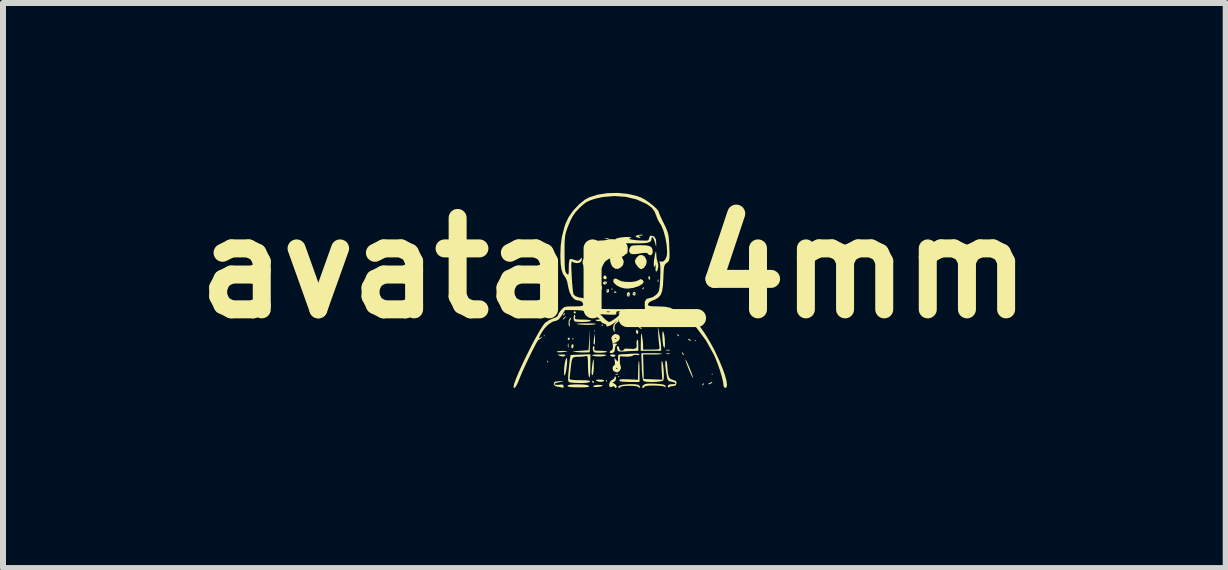
<source format=kicad_pcb>
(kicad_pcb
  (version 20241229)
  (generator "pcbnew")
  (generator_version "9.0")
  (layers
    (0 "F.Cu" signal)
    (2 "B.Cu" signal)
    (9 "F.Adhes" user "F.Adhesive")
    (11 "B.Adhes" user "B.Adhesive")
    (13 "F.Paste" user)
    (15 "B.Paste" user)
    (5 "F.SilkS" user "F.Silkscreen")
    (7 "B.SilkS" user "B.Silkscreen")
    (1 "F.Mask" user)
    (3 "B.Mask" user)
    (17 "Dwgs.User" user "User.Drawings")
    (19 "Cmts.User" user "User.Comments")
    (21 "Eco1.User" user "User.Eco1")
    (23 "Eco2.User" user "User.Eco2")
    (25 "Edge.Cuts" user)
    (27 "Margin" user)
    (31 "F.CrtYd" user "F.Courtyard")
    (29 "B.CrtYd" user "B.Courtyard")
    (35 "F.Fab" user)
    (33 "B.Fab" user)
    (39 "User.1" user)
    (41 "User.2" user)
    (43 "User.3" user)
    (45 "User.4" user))
  (footprint "avatar_4mm"
    (layer "F.Cu")
    (at 7.192 1.418)
    (property "Reference" "avatar_4mm" (at 0 0 0) (layer "F.SilkS") (effects (font (size 1.524 1.524) (thickness 0.3))))
    (attr board_only exclude_from_pos_files exclude_from_bom)
    (fp_poly (pts (xy -0.029 1.256) (xy -0.03 1.256) (xy -0.029 1.256)) (stroke (width 0) (type solid)) (fill yes) (layer "F.SilkS"))
    (fp_poly (pts (xy -1.16 1.13) (xy -1.17 1.14) (xy -1.18 1.13) (xy -1.17 1.12)) (stroke (width 0) (type solid)) (fill yes) (layer "F.SilkS"))
    (fp_poly (pts (xy -0.32 1.05) (xy -0.33 1.06) (xy -0.34 1.05) (xy -0.33 1.04)) (stroke (width 0) (type solid)) (fill yes) (layer "F.SilkS"))
    (fp_poly (pts (xy 0.08 1.81) (xy 0.07 1.82) (xy 0.06 1.81) (xy 0.07 1.8)) (stroke (width 0) (type solid)) (fill yes) (layer "F.SilkS"))
    (fp_poly (pts (xy 0.3 0.89) (xy 0.29 0.9) (xy 0.28 0.89) (xy 0.29 0.88)) (stroke (width 0) (type solid)) (fill yes) (layer "F.SilkS"))
    (fp_poly (pts (xy 0.72 0.85) (xy 0.71 0.86) (xy 0.7 0.85) (xy 0.71 0.84)) (stroke (width 0) (type solid)) (fill yes) (layer "F.SilkS"))
    (fp_poly (pts (xy 0.84 0.79) (xy 0.83 0.8) (xy 0.82 0.79) (xy 0.83 0.78)) (stroke (width 0) (type solid)) (fill yes) (layer "F.SilkS"))
    (fp_poly (pts (xy 1.36 1.21) (xy 1.35 1.22) (xy 1.34 1.21) (xy 1.35 1.2)) (stroke (width 0) (type solid)) (fill yes) (layer "F.SilkS"))
    (fp_poly (pts (xy 1.64 1.77) (xy 1.63 1.78) (xy 1.62 1.77) (xy 1.63 1.76)) (stroke (width 0) (type solid)) (fill yes) (layer "F.SilkS"))
    (fp_poly (pts (xy -1.107 1.547) (xy -1.104 1.57) (xy -1.107 1.573) (xy -1.119 1.571) (xy -1.12 1.56) (xy -1.113 1.544)) (stroke (width 0) (type solid)) (fill yes) (layer "F.SilkS"))
    (fp_poly (pts (xy -0.687 1.167) (xy -0.684 1.19) (xy -0.687 1.193) (xy -0.699 1.191) (xy -0.7 1.18) (xy -0.693 1.164)) (stroke (width 0) (type solid)) (fill yes) (layer "F.SilkS"))
    (fp_poly (pts (xy -0.386 0.796) (xy -0.384 0.828) (xy -0.388 0.835) (xy -0.397 0.829) (xy -0.398 0.808) (xy -0.394 0.787)) (stroke (width 0) (type solid)) (fill yes) (layer "F.SilkS"))
    (fp_poly (pts (xy -0.187 0.947) (xy -0.189 0.959) (xy -0.2 0.96) (xy -0.216 0.953) (xy -0.213 0.947) (xy -0.19 0.944)) (stroke (width 0) (type solid)) (fill yes) (layer "F.SilkS"))
    (fp_poly (pts (xy -0.127 1.867) (xy -0.124 1.89) (xy -0.127 1.893) (xy -0.139 1.891) (xy -0.14 1.88) (xy -0.133 1.864)) (stroke (width 0) (type solid)) (fill yes) (layer "F.SilkS"))
    (fp_poly (pts (xy -0.027 0.347) (xy -0.029 0.359) (xy -0.04 0.36) (xy -0.056 0.353) (xy -0.053 0.347) (xy -0.03 0.344)) (stroke (width 0) (type solid)) (fill yes) (layer "F.SilkS"))
    (fp_poly (pts (xy 0.065 1.767) (xy 0.068 1.774) (xy 0.04 1.777) (xy 0.012 1.774) (xy 0.015 1.767) (xy 0.056 1.764)) (stroke (width 0) (type solid)) (fill yes) (layer "F.SilkS"))
    (fp_poly (pts (xy 0.165 0.927) (xy 0.168 0.934) (xy 0.14 0.937) (xy 0.112 0.934) (xy 0.115 0.927) (xy 0.156 0.924)) (stroke (width 0) (type solid)) (fill yes) (layer "F.SilkS"))
    (fp_poly (pts (xy 0.734 0.196) (xy 0.736 0.228) (xy 0.732 0.235) (xy 0.723 0.229) (xy 0.722 0.208) (xy 0.726 0.187)) (stroke (width 0) (type solid)) (fill yes) (layer "F.SilkS"))
    (fp_poly (pts (xy -0.826 0.771) (xy -0.838 0.785) (xy -0.854 0.798) (xy -0.85 0.778) (xy -0.849 0.774) (xy -0.833 0.75) (xy -0.824 0.749)) (stroke (width 0) (type solid)) (fill yes) (layer "F.SilkS"))
    (fp_poly (pts (xy 0.021 0.391) (xy 0.039 0.407) (xy 0.018 0.413) (xy 0.011 0.413) (xy -0.009 0.405) (xy -0.008 0.396) (xy 0.015 0.388)) (stroke (width 0) (type solid)) (fill yes) (layer "F.SilkS"))
    (fp_poly (pts (xy 0.446 0.995) (xy 0.45 1) (xy 0.457 1.018) (xy 0.438 1.011) (xy 0.42 1) (xy 0.405 0.984) (xy 0.414 0.98)) (stroke (width 0) (type solid)) (fill yes) (layer "F.SilkS"))
    (fp_poly (pts (xy 0.589 0.139) (xy 0.595 0.16) (xy 0.593 0.195) (xy 0.579 0.192) (xy 0.569 0.178) (xy 0.568 0.146) (xy 0.574 0.138)) (stroke (width 0) (type solid)) (fill yes) (layer "F.SilkS"))
    (fp_poly (pts (xy 0.837 0.728) (xy 0.858 0.748) (xy 0.854 0.76) (xy 0.851 0.76) (xy 0.834 0.746) (xy 0.828 0.737) (xy 0.826 0.723)) (stroke (width 0) (type solid)) (fill yes) (layer "F.SilkS"))
    (fp_poly (pts (xy 1.057 1.108) (xy 1.078 1.127) (xy 1.08 1.131) (xy 1.071 1.139) (xy 1.051 1.121) (xy 1.048 1.117) (xy 1.046 1.103)) (stroke (width 0) (type solid)) (fill yes) (layer "F.SilkS"))
    (fp_poly (pts (xy 1.14 1.412) (xy 1.142 1.415) (xy 1.158 1.441) (xy 1.156 1.451) (xy 1.141 1.445) (xy 1.131 1.426) (xy 1.125 1.402)) (stroke (width 0) (type solid)) (fill yes) (layer "F.SilkS"))
    (fp_poly (pts (xy 1.266 1.195) (xy 1.27 1.2) (xy 1.277 1.218) (xy 1.258 1.211) (xy 1.24 1.2) (xy 1.225 1.184) (xy 1.234 1.18)) (stroke (width 0) (type solid)) (fill yes) (layer "F.SilkS"))
    (fp_poly (pts (xy -0.806 0.811) (xy -0.817 0.825) (xy -0.847 0.856) (xy -0.86 0.856) (xy -0.86 0.852) (xy -0.846 0.836) (xy -0.825 0.817) (xy -0.801 0.8)) (stroke (width 0) (type solid)) (fill yes) (layer "F.SilkS"))
    (fp_poly (pts (xy -0.767 1.262) (xy -0.766 1.265) (xy -0.763 1.309) (xy -0.767 1.325) (xy -0.773 1.326) (xy -0.776 1.295) (xy -0.776 1.29) (xy -0.773 1.259)) (stroke (width 0) (type solid)) (fill yes) (layer "F.SilkS"))
    (fp_poly (pts (xy -0.741 1.175) (xy -0.74 1.18) (xy -0.755 1.199) (xy -0.76 1.2) (xy -0.779 1.185) (xy -0.78 1.18) (xy -0.765 1.161) (xy -0.76 1.16)) (stroke (width 0) (type solid)) (fill yes) (layer "F.SilkS"))
    (fp_poly (pts (xy -0.684 1.276) (xy -0.68 1.299) (xy -0.688 1.332) (xy -0.7 1.34) (xy -0.718 1.324) (xy -0.72 1.311) (xy -0.708 1.277) (xy -0.7 1.27)) (stroke (width 0) (type solid)) (fill yes) (layer "F.SilkS"))
    (fp_poly (pts (xy -0.641 0.735) (xy -0.64 0.74) (xy -0.655 0.759) (xy -0.66 0.76) (xy -0.679 0.745) (xy -0.68 0.74) (xy -0.665 0.721) (xy -0.66 0.72)) (stroke (width 0) (type solid)) (fill yes) (layer "F.SilkS"))
    (fp_poly (pts (xy -0.341 1.895) (xy -0.34 1.9) (xy -0.347 1.919) (xy -0.349 1.92) (xy -0.366 1.906) (xy -0.37 1.9) (xy -0.368 1.882) (xy -0.361 1.88)) (stroke (width 0) (type solid)) (fill yes) (layer "F.SilkS"))
    (fp_poly (pts (xy -0.264 0.231) (xy -0.27 0.26) (xy -0.299 0.279) (xy -0.327 0.264) (xy -0.329 0.262) (xy -0.325 0.237) (xy -0.312 0.221) (xy -0.281 0.212)) (stroke (width 0) (type solid)) (fill yes) (layer "F.SilkS"))
    (fp_poly (pts (xy -0.137 0.135) (xy -0.125 0.165) (xy -0.141 0.187) (xy -0.172 0.185) (xy -0.174 0.184) (xy -0.187 0.157) (xy -0.18 0.14) (xy -0.159 0.121)) (stroke (width 0) (type solid)) (fill yes) (layer "F.SilkS"))
    (fp_poly (pts (xy -0.095 -0.493) (xy -0.094 -0.487) (xy -0.125 -0.484) (xy -0.13 -0.484) (xy -0.161 -0.487) (xy -0.158 -0.493) (xy -0.155 -0.494) (xy -0.111 -0.497)) (stroke (width 0) (type solid)) (fill yes) (layer "F.SilkS"))
    (fp_poly (pts (xy 0.007 1.447) (xy 0.02 1.46) (xy 0.003 1.476) (xy -0.019 1.48) (xy -0.057 1.471) (xy -0.07 1.46) (xy -0.063 1.445) (xy -0.031 1.44)) (stroke (width 0) (type solid)) (fill yes) (layer "F.SilkS"))
    (fp_poly (pts (xy 0.398 1.059) (xy 0.4 1.071) (xy 0.389 1.097) (xy 0.38 1.1) (xy 0.364 1.083) (xy 0.36 1.059) (xy 0.368 1.031) (xy 0.38 1.03)) (stroke (width 0) (type solid)) (fill yes) (layer "F.SilkS"))
    (fp_poly (pts (xy 0.494 0.333) (xy 0.49 0.34) (xy 0.471 0.359) (xy 0.468 0.36) (xy 0.466 0.347) (xy 0.47 0.34) (xy 0.489 0.321) (xy 0.492 0.32)) (stroke (width 0) (type solid)) (fill yes) (layer "F.SilkS"))
    (fp_poly (pts (xy 0.925 1.367) (xy 0.926 1.373) (xy 0.895 1.376) (xy 0.89 1.376) (xy 0.859 1.373) (xy 0.862 1.367) (xy 0.865 1.366) (xy 0.909 1.363)) (stroke (width 0) (type solid)) (fill yes) (layer "F.SilkS"))
    (fp_poly (pts (xy 0.925 1.427) (xy 0.926 1.433) (xy 0.895 1.436) (xy 0.89 1.436) (xy 0.859 1.433) (xy 0.862 1.427) (xy 0.865 1.426) (xy 0.909 1.423)) (stroke (width 0) (type solid)) (fill yes) (layer "F.SilkS"))
    (fp_poly (pts (xy 1.494 1.933) (xy 1.49 1.94) (xy 1.471 1.959) (xy 1.468 1.96) (xy 1.466 1.947) (xy 1.47 1.94) (xy 1.489 1.921) (xy 1.492 1.92)) (stroke (width 0) (type solid)) (fill yes) (layer "F.SilkS"))
    (fp_poly (pts (xy 1.634 1.909) (xy 1.62 1.92) (xy 1.584 1.937) (xy 1.57 1.939) (xy 1.566 1.931) (xy 1.58 1.92) (xy 1.616 1.903) (xy 1.63 1.901)) (stroke (width 0) (type solid)) (fill yes) (layer "F.SilkS"))
    (fp_poly (pts (xy -0.323 1.185) (xy -0.323 1.251) (xy -0.33 1.279) (xy -0.343 1.268) (xy -0.345 1.265) (xy -0.346 1.237) (xy -0.341 1.187) (xy -0.339 1.17) (xy -0.326 1.09)) (stroke (width 0) (type solid)) (fill yes) (layer "F.SilkS"))
    (fp_poly (pts (xy 0.839 0.853) (xy 0.853 0.886) (xy 0.837 0.913) (xy 0.814 0.92) (xy 0.804 0.913) (xy 0.818 0.902) (xy 0.834 0.873) (xy 0.83 0.857) (xy 0.823 0.841)) (stroke (width 0) (type solid)) (fill yes) (layer "F.SilkS"))
    (fp_poly (pts (xy -0.191 1.864) (xy -0.169 1.875) (xy -0.17 1.88) (xy -0.2 1.897) (xy -0.249 1.897) (xy -0.296 1.883) (xy -0.3 1.88) (xy -0.309 1.868) (xy -0.283 1.862) (xy -0.244 1.86)) (stroke (width 0) (type solid)) (fill yes) (layer "F.SilkS"))
    (fp_poly (pts (xy -0.827 1.444) (xy -0.811 1.451) (xy -0.82 1.46) (xy -0.844 1.474) (xy -0.865 1.476) (xy -0.902 1.466) (xy -0.92 1.46) (xy -0.944 1.45) (xy -0.936 1.445) (xy -0.893 1.443) (xy -0.88 1.442)) (stroke (width 0) (type solid)) (fill yes) (layer "F.SilkS"))
    (fp_poly (pts (xy -0.798 1.385) (xy -0.78 1.389) (xy -0.803 1.395) (xy -0.865 1.403) (xy -0.885 1.405) (xy -0.933 1.406) (xy -0.959 1.399) (xy -0.96 1.396) (xy -0.942 1.387) (xy -0.896 1.383) (xy -0.855 1.382)) (stroke (width 0) (type solid)) (fill yes) (layer "F.SilkS"))
    (fp_poly (pts (xy -0.303 0.308) (xy -0.288 0.332) (xy -0.291 0.341) (xy -0.319 0.359) (xy -0.348 0.342) (xy -0.35 0.34) (xy -0.346 0.329) (xy -0.328 0.334) (xy -0.304 0.338) (xy -0.31 0.32) (xy -0.315 0.303)) (stroke (width 0) (type solid)) (fill yes) (layer "F.SilkS"))
    (fp_poly (pts (xy -0.21 1.951) (xy -0.192 1.96) (xy -0.211 1.971) (xy -0.262 1.981) (xy -0.28 1.983) (xy -0.332 1.984) (xy -0.354 1.974) (xy -0.354 1.971) (xy -0.331 1.957) (xy -0.283 1.949) (xy -0.264 1.948)) (stroke (width 0) (type solid)) (fill yes) (layer "F.SilkS"))
    (fp_poly (pts (xy -0.72 0.835) (xy -0.733 0.865) (xy -0.737 0.868) (xy -0.747 0.894) (xy -0.745 0.93) (xy -0.741 0.967) (xy -0.745 0.98) (xy -0.756 0.963) (xy -0.764 0.933) (xy -0.761 0.88) (xy -0.747 0.849) (xy -0.727 0.829)) (stroke (width 0) (type solid)) (fill yes) (layer "F.SilkS"))
    (fp_poly (pts (xy -0.41 1.405) (xy -0.48 1.408) (xy -0.546 1.408) (xy -0.623 1.403) (xy -0.64 1.401) (xy -0.681 1.396) (xy -0.692 1.392) (xy -0.671 1.388) (xy -0.613 1.383) (xy -0.58 1.381) (xy -0.43 1.37) (xy -0.407 1.03)) (stroke (width 0) (type solid)) (fill yes) (layer "F.SilkS"))
    (fp_poly (pts (xy -0.41 0.923) (xy -0.347 0.925) (xy -0.312 0.93) (xy -0.307 0.933) (xy -0.335 0.942) (xy -0.392 0.947) (xy -0.464 0.948) (xy -0.541 0.945) (xy -0.61 0.938) (xy -0.632 0.932) (xy -0.615 0.928) (xy -0.558 0.924) (xy -0.492 0.923)) (stroke (width 0) (type solid)) (fill yes) (layer "F.SilkS"))
    (fp_poly (pts (xy -0.246 1.441) (xy -0.175 1.443) (xy -0.14 1.448) (xy -0.139 1.458) (xy -0.144 1.461) (xy -0.181 1.471) (xy -0.238 1.475) (xy -0.299 1.473) (xy -0.349 1.466) (xy -0.373 1.455) (xy -0.36 1.448) (xy -0.316 1.442) (xy -0.25 1.441)) (stroke (width 0) (type solid)) (fill yes) (layer "F.SilkS"))
    (fp_poly (pts (xy -0.788 1.518) (xy -0.787 1.567) (xy -0.792 1.625) (xy -0.802 1.699) (xy -0.814 1.754) (xy -0.825 1.787) (xy -0.834 1.79) (xy -0.839 1.761) (xy -0.839 1.748) (xy -0.837 1.676) (xy -0.829 1.605) (xy -0.817 1.545) (xy -0.804 1.507) (xy -0.796 1.5)) (stroke (width 0) (type solid)) (fill yes) (layer "F.SilkS"))
    (fp_poly (pts (xy -0.438 0.284) (xy -0.437 0.29) (xy -0.453 0.313) (xy -0.459 0.316) (xy -0.477 0.307) (xy -0.48 0.29) (xy -0.46 0.29) (xy -0.45 0.3) (xy -0.44 0.29) (xy -0.45 0.28) (xy -0.46 0.29) (xy -0.48 0.29) (xy -0.47 0.265) (xy -0.459 0.264)) (stroke (width 0) (type solid)) (fill yes) (layer "F.SilkS"))
    (fp_poly (pts (xy -0.344 1.543) (xy -0.343 1.602) (xy -0.343 1.62) (xy -0.344 1.692) (xy -0.351 1.751) (xy -0.36 1.78) (xy -0.372 1.789) (xy -0.378 1.764) (xy -0.379 1.73) (xy -0.373 1.654) (xy -0.362 1.575) (xy -0.361 1.57) (xy -0.352 1.53) (xy -0.347 1.52)) (stroke (width 0) (type solid)) (fill yes) (layer "F.SilkS"))
    (fp_poly (pts (xy -0.216 0.3) (xy -0.204 0.325) (xy -0.212 0.355) (xy -0.23 0.36) (xy -0.255 0.346) (xy -0.256 0.33) (xy -0.24 0.33) (xy -0.23 0.34) (xy -0.22 0.33) (xy -0.23 0.32) (xy -0.24 0.33) (xy -0.256 0.33) (xy -0.256 0.329) (xy -0.239 0.298)) (stroke (width 0) (type solid)) (fill yes) (layer "F.SilkS"))
    (fp_poly (pts (xy 0.344 0.4) (xy 0.356 0.425) (xy 0.348 0.455) (xy 0.33 0.46) (xy 0.305 0.446) (xy 0.304 0.43) (xy 0.32 0.43) (xy 0.33 0.44) (xy 0.34 0.43) (xy 0.33 0.42) (xy 0.32 0.43) (xy 0.304 0.43) (xy 0.304 0.429) (xy 0.321 0.398)) (stroke (width 0) (type solid)) (fill yes) (layer "F.SilkS"))
    (fp_poly (pts (xy -0.46 0.35) (xy -0.449 0.373) (xy -0.464 0.396) (xy -0.48 0.4) (xy -0.506 0.386) (xy -0.509 0.381) (xy -0.509 0.37) (xy -0.48 0.37) (xy -0.47 0.38) (xy -0.46 0.37) (xy -0.47 0.36) (xy -0.48 0.37) (xy -0.509 0.37) (xy -0.508 0.358) (xy -0.484 0.345)) (stroke (width 0) (type solid)) (fill yes) (layer "F.SilkS"))
    (fp_poly (pts (xy -0.243 0.415) (xy -0.243 0.445) (xy -0.259 0.469) (xy -0.284 0.467) (xy -0.29 0.46) (xy -0.292 0.43) (xy -0.28 0.43) (xy -0.27 0.44) (xy -0.26 0.43) (xy -0.27 0.42) (xy -0.28 0.43) (xy -0.292 0.43) (xy -0.292 0.427) (xy -0.271 0.402) (xy -0.259 0.4)) (stroke (width 0) (type solid)) (fill yes) (layer "F.SilkS"))
    (fp_poly (pts (xy -0.123 0.242) (xy -0.129 0.259) (xy -0.158 0.279) (xy -0.188 0.263) (xy -0.19 0.26) (xy -0.188 0.25) (xy -0.16 0.25) (xy -0.15 0.26) (xy -0.14 0.25) (xy -0.15 0.24) (xy -0.16 0.25) (xy -0.188 0.25) (xy -0.186 0.237) (xy -0.17 0.227) (xy -0.134 0.223)) (stroke (width 0) (type solid)) (fill yes) (layer "F.SilkS"))
    (fp_poly (pts (xy -0.09 0.36) (xy -0.089 0.393) (xy -0.095 0.403) (xy -0.12 0.411) (xy -0.13 0.4) (xy -0.131 0.37) (xy -0.12 0.37) (xy -0.11 0.38) (xy -0.1 0.37) (xy -0.11 0.36) (xy -0.12 0.37) (xy -0.131 0.37) (xy -0.131 0.367) (xy -0.125 0.357) (xy -0.1 0.349)) (stroke (width 0) (type solid)) (fill yes) (layer "F.SilkS"))
    (fp_poly (pts (xy 0.256 0.417) (xy 0.26 0.44) (xy 0.249 0.474) (xy 0.226 0.477) (xy 0.21 0.46) (xy 0.209 0.45) (xy 0.22 0.45) (xy 0.23 0.46) (xy 0.24 0.45) (xy 0.23 0.44) (xy 0.22 0.45) (xy 0.209 0.45) (xy 0.208 0.427) (xy 0.229 0.402) (xy 0.241 0.4)) (stroke (width 0) (type solid)) (fill yes) (layer "F.SilkS"))
    (fp_poly (pts (xy -0.512 1.943) (xy -0.448 1.953) (xy -0.424 1.965) (xy -0.422 1.977) (xy -0.444 1.985) (xy -0.495 1.989) (xy -0.579 1.99) (xy -0.592 1.99) (xy -0.687 1.988) (xy -0.747 1.983) (xy -0.776 1.973) (xy -0.78 1.965) (xy -0.767 1.952) (xy -0.724 1.944) (xy -0.647 1.94) (xy -0.612 1.94)) (stroke (width 0) (type solid)) (fill yes) (layer "F.SilkS"))
    (fp_poly (pts (xy 0.474 -0.553) (xy 0.475 -0.552) (xy 0.467 -0.543) (xy 0.438 -0.54) (xy 0.407 -0.537) (xy 0.412 -0.525) (xy 0.42 -0.52) (xy 0.44 -0.504) (xy 0.425 -0.501) (xy 0.42 -0.501) (xy 0.376 -0.511) (xy 0.362 -0.518) (xy 0.353 -0.533) (xy 0.38 -0.545) (xy 0.399 -0.55) (xy 0.446 -0.556)) (stroke (width 0) (type solid)) (fill yes) (layer "F.SilkS"))
    (fp_poly (pts (xy 0.505 -0.191) (xy 0.533 -0.141) (xy 0.539 -0.098) (xy 0.526 -0.048) (xy 0.493 -0.003) (xy 0.452 0.019) (xy 0.445 0.02) (xy 0.419 0.006) (xy 0.384 -0.029) (xy 0.381 -0.033) (xy 0.348 -0.084) (xy 0.344 -0.124) (xy 0.368 -0.17) (xy 0.371 -0.176) (xy 0.415 -0.213) (xy 0.463 -0.217)) (stroke (width 0) (type solid)) (fill yes) (layer "F.SilkS"))
    (fp_poly (pts (xy 0.818 1.069) (xy 0.821 1.076) (xy 0.832 1.119) (xy 0.84 1.18) (xy 0.843 1.245) (xy 0.843 1.299) (xy 0.837 1.33) (xy 0.836 1.331) (xy 0.825 1.321) (xy 0.814 1.284) (xy 0.813 1.278) (xy 0.805 1.217) (xy 0.801 1.143) (xy 0.801 1.123) (xy 0.803 1.07) (xy 0.808 1.054)) (stroke (width 0) (type solid)) (fill yes) (layer "F.SilkS"))
    (fp_poly (pts (xy 1.197 1.54) (xy 1.218 1.583) (xy 1.246 1.646) (xy 1.257 1.673) (xy 1.285 1.744) (xy 1.305 1.8) (xy 1.313 1.831) (xy 1.312 1.834) (xy 1.302 1.821) (xy 1.28 1.778) (xy 1.252 1.715) (xy 1.241 1.689) (xy 1.213 1.618) (xy 1.193 1.562) (xy 1.185 1.531) (xy 1.186 1.527)) (stroke (width 0) (type solid)) (fill yes) (layer "F.SilkS"))
    (fp_poly (pts (xy -0.36 0.15) (xy -0.349 0.173) (xy -0.364 0.196) (xy -0.38 0.2) (xy -0.406 0.186) (xy -0.409 0.181) (xy -0.408 0.167) (xy -0.393 0.167) (xy -0.391 0.179) (xy -0.38 0.18) (xy -0.364 0.173) (xy -0.367 0.167) (xy -0.39 0.164) (xy -0.393 0.167) (xy -0.408 0.167) (xy -0.408 0.158) (xy -0.384 0.145)) (stroke (width 0) (type solid)) (fill yes) (layer "F.SilkS"))
    (fp_poly (pts (xy 0.02 1.259) (xy 0.051 1.265) (xy 0.043 1.275) (xy 0.04 1.276) (xy 0.017 1.305) (xy 0.011 1.34) (xy 0.004 1.384) (xy -0.009 1.405) (xy -0.045 1.419) (xy -0.073 1.414) (xy -0.08 1.402) (xy -0.064 1.381) (xy -0.048 1.372) (xy -0.028 1.353) (xy -0.023 1.311) (xy -0.026 1.279) (xy -0.029 1.256)) (stroke (width 0) (type solid)) (fill yes) (layer "F.SilkS"))
    (fp_poly (pts (xy 0.078 -0.213) (xy 0.124 -0.182) (xy 0.129 -0.176) (xy 0.157 -0.112) (xy 0.147 -0.055) (xy 0.12 -0.02) (xy 0.065 0.015) (xy 0.01 0.011) (xy -0.03 -0.02) (xy -0.05 -0.053) (xy -0.065 -0.097) (xy -0.072 -0.138) (xy -0.07 -0.166) (xy -0.059 -0.169) (xy -0.036 -0.175) (xy -0.02 -0.19) (xy 0.025 -0.217)) (stroke (width 0) (type solid)) (fill yes) (layer "F.SilkS"))
    (fp_poly (pts (xy -0.332 1.316) (xy -0.334 1.34) (xy -0.336 1.363) (xy -0.322 1.375) (xy -0.283 1.379) (xy -0.232 1.38) (xy -0.171 1.382) (xy -0.131 1.389) (xy -0.12 1.395) (xy -0.138 1.404) (xy -0.182 1.41) (xy -0.238 1.413) (xy -0.293 1.412) (xy -0.332 1.407) (xy -0.335 1.406) (xy -0.352 1.384) (xy -0.36 1.347) (xy -0.356 1.313) (xy -0.342 1.3)) (stroke (width 0) (type solid)) (fill yes) (layer "F.SilkS"))
    (fp_poly (pts (xy 0.415 1.573) (xy 0.419 1.636) (xy 0.42 1.717) (xy 0.42 1.9) (xy 0.263 1.9) (xy 0.188 1.898) (xy 0.128 1.894) (xy 0.096 1.888) (xy 0.093 1.887) (xy 0.082 1.869) (xy 0.094 1.859) (xy 0.134 1.854) (xy 0.207 1.855) (xy 0.237 1.856) (xy 0.394 1.863) (xy 0.397 1.708) (xy 0.4 1.615) (xy 0.405 1.562) (xy 0.41 1.548)) (stroke (width 0) (type solid)) (fill yes) (layer "F.SilkS"))
    (fp_poly (pts (xy -0.652 0.796) (xy -0.654 0.82) (xy -0.657 0.841) (xy -0.645 0.853) (xy -0.612 0.858) (xy -0.549 0.86) (xy -0.521 0.86) (xy -0.443 0.863) (xy -0.399 0.87) (xy -0.39 0.88) (xy -0.415 0.89) (xy -0.466 0.897) (xy -0.53 0.9) (xy -0.594 0.899) (xy -0.645 0.894) (xy -0.667 0.887) (xy -0.678 0.858) (xy -0.679 0.819) (xy -0.671 0.787) (xy -0.662 0.78)) (stroke (width 0) (type solid)) (fill yes) (layer "F.SilkS"))
    (fp_poly (pts (xy 0.068 1.113) (xy 0.091 1.146) (xy 0.088 1.186) (xy 0.059 1.223) (xy 0.018 1.243) (xy -0.029 1.256) (xy -0.034 1.225) (xy -0.044 1.191) (xy -0.047 1.187) (xy -0.049 1.167) (xy 0.007 1.167) (xy 0.009 1.179) (xy 0.02 1.18) (xy 0.036 1.173) (xy 0.033 1.167) (xy 0.01 1.164) (xy 0.007 1.167) (xy -0.049 1.167) (xy -0.05 1.16) (xy -0.03 1.128) (xy 0.001 1.104) (xy 0.018 1.1)) (stroke (width 0) (type solid)) (fill yes) (layer "F.SilkS"))
    (fp_poly (pts (xy 0.35 1.939) (xy 0.399 1.948) (xy 0.415 1.957) (xy 0.43 1.987) (xy 0.429 1.998) (xy 0.411 1.994) (xy 0.402 1.984) (xy 0.378 1.973) (xy 0.327 1.966) (xy 0.263 1.964) (xy 0.197 1.965) (xy 0.141 1.97) (xy 0.106 1.979) (xy 0.1 1.985) (xy 0.084 1.999) (xy 0.078 2) (xy 0.063 1.986) (xy 0.065 1.975) (xy 0.089 1.959) (xy 0.141 1.946) (xy 0.21 1.939) (xy 0.283 1.936)) (stroke (width 0) (type solid)) (fill yes) (layer "F.SilkS"))
    (fp_poly (pts (xy 0.01 -0.376) (xy 0.11 -0.365) (xy 0.176 -0.345) (xy 0.211 -0.316) (xy 0.22 -0.279) (xy 0.216 -0.25) (xy 0.2 -0.235) (xy 0.162 -0.232) (xy 0.095 -0.237) (xy 0.07 -0.24) (xy -0.028 -0.245) (xy -0.103 -0.233) (xy -0.117 -0.227) (xy -0.168 -0.207) (xy -0.194 -0.203) (xy -0.206 -0.213) (xy -0.213 -0.23) (xy -0.23 -0.252) (xy -0.238 -0.251) (xy -0.25 -0.261) (xy -0.255 -0.289) (xy -0.241 -0.334) (xy -0.191 -0.363) (xy -0.104 -0.377)) (stroke (width 0) (type solid)) (fill yes) (layer "F.SilkS"))
    (fp_poly (pts (xy 0.074 0.2) (xy 0.076 0.202) (xy 0.125 0.222) (xy 0.198 0.232) (xy 0.278 0.233) (xy 0.352 0.223) (xy 0.404 0.204) (xy 0.41 0.2) (xy 0.44 0.184) (xy 0.469 0.2) (xy 0.472 0.203) (xy 0.49 0.228) (xy 0.478 0.252) (xy 0.463 0.268) (xy 0.4 0.305) (xy 0.314 0.332) (xy 0.223 0.343) (xy 0.169 0.34) (xy 0.096 0.32) (xy 0.034 0.287) (xy -0.008 0.247) (xy -0.019 0.217) (xy -0.007 0.182) (xy 0.027 0.176)) (stroke (width 0) (type solid)) (fill yes) (layer "F.SilkS"))
    (fp_poly (pts (xy 0.699 -0.246) (xy 0.7 -0.212) (xy 0.706 -0.151) (xy 0.72 -0.101) (xy 0.721 -0.098) (xy 0.732 -0.056) (xy 0.73 -0.006) (xy 0.719 0.038) (xy 0.7 0.06) (xy 0.698 0.06) (xy 0.687 0.043) (xy 0.687 -0.001) (xy 0.688 -0.015) (xy 0.692 -0.054) (xy 0.69 -0.061) (xy 0.688 -0.055) (xy 0.673 -0.02) (xy 0.662 -0.021) (xy 0.657 -0.051) (xy 0.659 -0.106) (xy 0.664 -0.144) (xy 0.676 -0.221) (xy 0.687 -0.266) (xy 0.695 -0.274)) (stroke (width 0) (type solid)) (fill yes) (layer "F.SilkS"))
    (fp_poly (pts (xy -0.848 1.889) (xy -0.86 1.893) (xy -0.937 1.907) (xy -0.981 1.92) (xy -0.999 1.933) (xy -1 1.938) (xy -0.983 1.947) (xy -0.939 1.948) (xy -0.923 1.946) (xy -0.872 1.942) (xy -0.85 1.952) (xy -0.847 1.968) (xy -0.848 1.994) (xy -0.848 1.997) (xy -0.867 1.993) (xy -0.912 1.985) (xy -0.93 1.982) (xy -0.984 1.969) (xy -1.007 1.949) (xy -1.01 1.93) (xy -1.004 1.906) (xy -0.981 1.893) (xy -0.93 1.888) (xy -0.91 1.887) (xy -0.864 1.887)) (stroke (width 0) (type solid)) (fill yes) (layer "F.SilkS"))
    (fp_poly (pts (xy 0.531 -0.377) (xy 0.591 -0.364) (xy 0.625 -0.339) (xy 0.638 -0.297) (xy 0.64 -0.263) (xy 0.627 -0.226) (xy 0.599 -0.211) (xy 0.569 -0.224) (xy 0.564 -0.232) (xy 0.549 -0.248) (xy 0.52 -0.253) (xy 0.468 -0.249) (xy 0.419 -0.241) (xy 0.345 -0.231) (xy 0.299 -0.231) (xy 0.271 -0.241) (xy 0.262 -0.25) (xy 0.244 -0.28) (xy 0.252 -0.32) (xy 0.256 -0.329) (xy 0.27 -0.355) (xy 0.29 -0.37) (xy 0.325 -0.377) (xy 0.385 -0.38) (xy 0.439 -0.38)) (stroke (width 0) (type solid)) (fill yes) (layer "F.SilkS"))
    (fp_poly (pts (xy 0.683 1.929) (xy 0.767 1.935) (xy 0.818 1.943) (xy 0.844 1.954) (xy 0.854 1.971) (xy 0.855 1.974) (xy 0.854 1.993) (xy 0.848 1.985) (xy 0.825 1.974) (xy 0.775 1.965) (xy 0.708 1.961) (xy 0.636 1.959) (xy 0.571 1.962) (xy 0.522 1.968) (xy 0.5 1.979) (xy 0.5 1.98) (xy 0.485 1.999) (xy 0.48 2) (xy 0.461 1.991) (xy 0.46 1.989) (xy 0.472 1.967) (xy 0.488 1.949) (xy 0.515 1.934) (xy 0.561 1.927) (xy 0.635 1.927)) (stroke (width 0) (type solid)) (fill yes) (layer "F.SilkS"))
    (fp_poly (pts (xy 0.018 1.809) (xy 0.03 1.835) (xy 0.02 1.871) (xy -0.004 1.897) (xy -0.017 1.901) (xy -0.032 1.907) (xy -0.011 1.922) (xy -0.005 1.924) (xy 0.027 1.95) (xy 0.04 1.978) (xy 0.031 1.998) (xy 0.02 2) (xy 0.001 1.984) (xy 0 1.978) (xy -0.009 1.966) (xy -0.026 1.976) (xy -0.061 1.987) (xy -0.077 1.982) (xy -0.088 1.955) (xy -0.08 1.915) (xy -0.058 1.878) (xy -0.029 1.86) (xy -0.027 1.86) (xy -0.003 1.844) (xy 0 1.829) (xy 0.009 1.808)) (stroke (width 0) (type solid)) (fill yes) (layer "F.SilkS"))
    (fp_poly (pts (xy 0.751 1.1) (xy 0.765 1.181) (xy 0.776 1.259) (xy 0.779 1.305) (xy 0.78 1.38) (xy 0.44 1.38) (xy 0.442 1.215) (xy 0.444 1.138) (xy 0.446 1.098) (xy 0.451 1.091) (xy 0.457 1.113) (xy 0.461 1.13) (xy 0.473 1.204) (xy 0.479 1.279) (xy 0.479 1.285) (xy 0.48 1.36) (xy 0.62 1.36) (xy 0.693 1.359) (xy 0.735 1.355) (xy 0.752 1.345) (xy 0.754 1.326) (xy 0.752 1.315) (xy 0.746 1.273) (xy 0.739 1.206) (xy 0.733 1.126) (xy 0.733 1.12) (xy 0.723 0.97)) (stroke (width 0) (type solid)) (fill yes) (layer "F.SilkS"))
    (fp_poly (pts (xy 0.397 1.211) (xy 0.399 1.263) (xy 0.399 1.275) (xy 0.4 1.38) (xy 0.325 1.382) (xy 0.256 1.385) (xy 0.177 1.391) (xy 0.157 1.392) (xy 0.096 1.394) (xy 0.063 1.384) (xy 0.052 1.368) (xy 0.041 1.319) (xy 0.056 1.3) (xy 0.06 1.3) (xy 0.076 1.317) (xy 0.08 1.34) (xy 0.094 1.373) (xy 0.12 1.38) (xy 0.152 1.371) (xy 0.16 1.357) (xy 0.178 1.344) (xy 0.233 1.345) (xy 0.245 1.346) (xy 0.322 1.35) (xy 0.365 1.334) (xy 0.374 1.298) (xy 0.371 1.283) (xy 0.369 1.233) (xy 0.378 1.205) (xy 0.39 1.193)) (stroke (width 0) (type solid)) (fill yes) (layer "F.SilkS"))
    (fp_poly (pts (xy 0.873 1.558) (xy 0.881 1.602) (xy 0.881 1.615) (xy 0.886 1.688) (xy 0.895 1.764) (xy 0.896 1.769) (xy 0.911 1.822) (xy 0.936 1.85) (xy 0.976 1.865) (xy 1.022 1.882) (xy 1.037 1.908) (xy 1.036 1.926) (xy 1.02 1.96) (xy 0.98 1.968) (xy 0.937 1.973) (xy 0.917 1.985) (xy 0.899 1.992) (xy 0.892 1.984) (xy 0.893 1.958) (xy 0.923 1.94) (xy 0.971 1.937) (xy 0.975 1.937) (xy 1.01 1.934) (xy 1.02 1.923) (xy 1.002 1.907) (xy 0.96 1.897) (xy 0.956 1.896) (xy 0.911 1.886) (xy 0.888 1.86) (xy 0.878 1.82) (xy 0.86 1.715) (xy 0.85 1.63) (xy 0.849 1.57) (xy 0.856 1.541) (xy 0.859 1.54)) (stroke (width 0) (type solid)) (fill yes) (layer "F.SilkS"))
    (fp_poly (pts (xy 0.706 1.421) (xy 0.763 1.424) (xy 0.793 1.429) (xy 0.795 1.432) (xy 0.771 1.437) (xy 0.718 1.441) (xy 0.645 1.442) (xy 0.631 1.442) (xy 0.479 1.441) (xy 0.49 1.85) (xy 0.644 1.856) (xy 0.799 1.862) (xy 0.789 1.697) (xy 0.786 1.624) (xy 0.787 1.571) (xy 0.792 1.547) (xy 0.794 1.547) (xy 0.806 1.577) (xy 0.815 1.634) (xy 0.822 1.705) (xy 0.825 1.777) (xy 0.824 1.837) (xy 0.817 1.873) (xy 0.815 1.875) (xy 0.787 1.887) (xy 0.731 1.895) (xy 0.66 1.9) (xy 0.588 1.9) (xy 0.526 1.895) (xy 0.488 1.885) (xy 0.487 1.885) (xy 0.475 1.857) (xy 0.465 1.792) (xy 0.458 1.695) (xy 0.457 1.645) (xy 0.45 1.42) (xy 0.628 1.42)) (stroke (width 0) (type solid)) (fill yes) (layer "F.SilkS"))
    (fp_poly (pts (xy -0.4 1.644) (xy -0.402 1.743) (xy -0.407 1.802) (xy -0.414 1.824) (xy -0.42 1.82) (xy -0.429 1.787) (xy -0.436 1.725) (xy -0.439 1.647) (xy -0.44 1.623) (xy -0.441 1.541) (xy -0.445 1.492) (xy -0.453 1.47) (xy -0.466 1.466) (xy -0.472 1.468) (xy -0.51 1.475) (xy -0.57 1.479) (xy -0.6 1.48) (xy -0.646 1.481) (xy -0.677 1.488) (xy -0.698 1.507) (xy -0.711 1.546) (xy -0.721 1.612) (xy -0.732 1.71) (xy -0.739 1.777) (xy -0.745 1.829) (xy -0.747 1.85) (xy -0.73 1.86) (xy -0.678 1.867) (xy -0.599 1.87) (xy -0.575 1.87) (xy -0.478 1.872) (xy -0.42 1.878) (xy -0.401 1.888) (xy -0.419 1.902) (xy -0.432 1.908) (xy -0.469 1.914) (xy -0.532 1.917) (xy -0.606 1.917) (xy -0.678 1.914) (xy -0.732 1.909) (xy -0.744 1.906) (xy -0.761 1.897) (xy -0.77 1.873) (xy -0.771 1.826) (xy -0.766 1.754) (xy -0.758 1.668) (xy -0.749 1.586) (xy -0.742 1.53) (xy -0.729 1.45) (xy -0.4 1.438)) (stroke (width 0) (type solid)) (fill yes) (layer "F.SilkS"))
    (fp_poly (pts (xy 0.415 1.434) (xy 0.42 1.441) (xy 0.404 1.454) (xy 0.379 1.45) (xy 0.333 1.449) (xy 0.31 1.46) (xy 0.274 1.473) (xy 0.216 1.478) (xy 0.188 1.477) (xy 0.094 1.472) (xy 0.091 1.541) (xy 0.093 1.595) (xy 0.104 1.632) (xy 0.105 1.634) (xy 0.111 1.67) (xy 0.092 1.71) (xy 0.059 1.737) (xy 0.042 1.74) (xy -0.002 1.726) (xy -0.018 1.713) (xy -0.03 1.678) (xy -0.028 1.667) (xy 0.027 1.667) (xy 0.029 1.679) (xy 0.04 1.68) (xy 0.056 1.673) (xy 0.053 1.667) (xy 0.03 1.664) (xy 0.027 1.667) (xy -0.028 1.667) (xy -0.023 1.641) (xy -0.002 1.62) (xy 0.002 1.62) (xy 0.01 1.603) (xy 0.008 1.561) (xy 0.007 1.555) (xy 0.000404 1.513) (xy 0.005 1.505) (xy 0.025 1.528) (xy 0.027 1.53) (xy 0.051 1.557) (xy 0.059 1.549) (xy 0.062 1.52) (xy 0.063 1.476) (xy 0.062 1.455) (xy 0.078 1.444) (xy 0.12 1.438) (xy 0.125 1.438) (xy 0.182 1.436) (xy 0.259 1.431) (xy 0.305 1.428) (xy 0.377 1.426)) (stroke (width 0) (type solid)) (fill yes) (layer "F.SilkS"))
    (fp_poly (pts (xy 0.666 -0.524) (xy 0.693 -0.475) (xy 0.698 -0.421) (xy 0.696 -0.35) (xy 0.68 -0.417) (xy 0.664 -0.467) (xy 0.645 -0.503) (xy 0.628 -0.516) (xy 0.62 -0.501) (xy 0.62 -0.495) (xy 0.617 -0.467) (xy 0.606 -0.445) (xy 0.583 -0.43) (xy 0.541 -0.419) (xy 0.477 -0.413) (xy 0.386 -0.411) (xy 0.263 -0.412) (xy 0.147 -0.413) (xy -0.009 -0.415) (xy -0.129 -0.416) (xy -0.218 -0.414) (xy -0.282 -0.409) (xy -0.324 -0.402) (xy -0.35 -0.391) (xy -0.364 -0.376) (xy -0.368 -0.369) (xy -0.368 -0.337) (xy -0.359 -0.279) (xy -0.343 -0.204) (xy -0.337 -0.179) (xy -0.314 -0.073) (xy -0.308 -0.002) (xy -0.318 0.033) (xy -0.334 0.038) (xy -0.362 0.03) (xy -0.41 0.014) (xy -0.415 0.011) (xy -0.492 -0.026) (xy -0.529 -0.068) (xy -0.528 -0.116) (xy -0.525 -0.124) (xy -0.503 -0.17) (xy -0.501 -0.125) (xy -0.486 -0.086) (xy -0.437 -0.054) (xy -0.428 -0.05) (xy -0.38 -0.031) (xy -0.352 -0.021) (xy -0.35 -0.02) (xy -0.352 -0.038) (xy -0.363 -0.085) (xy -0.38 -0.153) (xy -0.387 -0.178) (xy -0.409 -0.27) (xy -0.417 -0.334) (xy -0.413 -0.38) (xy -0.409 -0.393) (xy -0.399 -0.418) (xy -0.385 -0.435) (xy -0.36 -0.445) (xy -0.315 -0.452) (xy -0.243 -0.457) (xy -0.17 -0.461) (xy -0.084 -0.466) (xy -0.017 -0.471) (xy 0.023 -0.475) (xy 0.03 -0.478) (xy 0.024 -0.487) (xy 0.049 -0.497) (xy 0.095 -0.507) (xy 0.153 -0.514) (xy 0.21 -0.517) (xy 0.265 -0.515) (xy 0.282 -0.509) (xy 0.27 -0.501) (xy 0.247 -0.49) (xy 0.257 -0.481) (xy 0.29 -0.474) (xy 0.35 -0.465) (xy 0.43 -0.459) (xy 0.508 -0.457) (xy 0.555 -0.458) (xy 0.575 -0.477) (xy 0.58 -0.5) (xy 0.594 -0.534) (xy 0.616 -0.54)) (stroke (width 0) (type solid)) (fill yes) (layer "F.SilkS"))
    (fp_poly (pts (xy 0.228 -1.235) (xy 0.381 -1.199) (xy 0.452 -1.172) (xy 0.514 -1.138) (xy 0.581 -1.092) (xy 0.646 -1.041) (xy 0.699 -0.992) (xy 0.733 -0.952) (xy 0.74 -0.934) (xy 0.748 -0.908) (xy 0.771 -0.855) (xy 0.804 -0.785) (xy 0.824 -0.745) (xy 0.861 -0.669) (xy 0.885 -0.609) (xy 0.9 -0.554) (xy 0.909 -0.49) (xy 0.914 -0.405) (xy 0.916 -0.352) (xy 0.92 -0.254) (xy 0.92 -0.188) (xy 0.916 -0.146) (xy 0.907 -0.119) (xy 0.891 -0.1) (xy 0.874 -0.087) (xy 0.852 -0.067) (xy 0.837 -0.044) (xy 0.828 -0.009) (xy 0.822 0.047) (xy 0.818 0.13) (xy 0.817 0.175) (xy 0.81 0.297) (xy 0.796 0.386) (xy 0.772 0.449) (xy 0.734 0.493) (xy 0.679 0.526) (xy 0.643 0.539) (xy 0.582 0.57) (xy 0.56 0.603) (xy 0.56 0.604) (xy 0.565 0.622) (xy 0.584 0.633) (xy 0.626 0.638) (xy 0.698 0.64) (xy 0.717 0.64) (xy 0.839 0.645) (xy 0.926 0.661) (xy 0.985 0.689) (xy 1.019 0.728) (xy 1.045 0.759) (xy 1.09 0.778) (xy 1.147 0.787) (xy 1.217 0.802) (xy 1.279 0.825) (xy 1.3 0.837) (xy 1.36 0.894) (xy 1.431 0.981) (xy 1.508 1.092) (xy 1.585 1.217) (xy 1.659 1.351) (xy 1.678 1.39) (xy 1.748 1.54) (xy 1.804 1.674) (xy 1.845 1.79) (xy 1.87 1.884) (xy 1.878 1.952) (xy 1.868 1.992) (xy 1.85 2) (xy 1.826 1.983) (xy 1.82 1.956) (xy 1.812 1.896) (xy 1.791 1.809) (xy 1.76 1.706) (xy 1.722 1.596) (xy 1.68 1.491) (xy 1.658 1.443) (xy 1.53 1.211) (xy 1.371 0.997) (xy 1.316 0.935) (xy 1.263 0.882) (xy 1.223 0.853) (xy 1.182 0.842) (xy 1.145 0.84) (xy 1.061 0.834) (xy 1.013 0.816) (xy 1 0.791) (xy 0.986 0.76) (xy 0.954 0.725) (xy 0.921 0.702) (xy 0.912 0.7) (xy 0.905 0.716) (xy 0.911 0.745) (xy 0.924 0.79) (xy 0.891 0.745) (xy 0.873 0.724) (xy 0.85 0.712) (xy 0.814 0.706) (xy 0.755 0.705) (xy 0.667 0.708) (xy 0.583 0.713) (xy 0.513 0.721) (xy 0.468 0.73) (xy 0.457 0.735) (xy 0.443 0.769) (xy 0.443 0.803) (xy 0.455 0.834) (xy 0.485 0.852) (xy 0.535 0.861) (xy 0.602 0.876) (xy 0.643 0.895) (xy 0.653 0.917) (xy 0.64 0.93) (xy 0.605 0.939) (xy 0.548 0.942) (xy 0.481 0.942) (xy 0.421 0.936) (xy 0.381 0.927) (xy 0.375 0.923) (xy 0.384 0.915) (xy 0.426 0.911) (xy 0.498 0.912) (xy 0.504 0.913) (xy 0.578 0.915) (xy 0.614 0.912) (xy 0.612 0.904) (xy 0.61 0.903) (xy 0.562 0.893) (xy 0.505 0.895) (xy 0.458 0.897) (xy 0.433 0.879) (xy 0.422 0.855) (xy 0.411 0.8) (xy 0.414 0.762) (xy 0.414 0.728) (xy 0.402 0.72) (xy 0.388 0.738) (xy 0.38 0.784) (xy 0.38 0.8) (xy 0.376 0.85) (xy 0.368 0.878) (xy 0.364 0.88) (xy 0.356 0.863) (xy 0.355 0.82) (xy 0.356 0.809) (xy 0.365 0.738) (xy 0.267 0.744) (xy 0.213 0.75) (xy 0.183 0.758) (xy 0.18 0.763) (xy 0.175 0.785) (xy 0.152 0.818) (xy 0.127 0.848) (xy 0.131 0.859) (xy 0.16 0.86) (xy 0.19 0.865) (xy 0.192 0.875) (xy 0.154 0.89) (xy 0.114 0.87) (xy 0.108 0.862) (xy 0.085 0.846) (xy 0.072 0.857) (xy 0.068 0.878) (xy 0.073 0.88) (xy 0.071 0.89) (xy 0.043 0.912) (xy 0.043 0.912) (xy 0.01 0.946) (xy 0.002 0.993) (xy 0.004 1.012) (xy 0.006 1.053) (xy -0.000277 1.066) (xy -0.002 1.065) (xy -0.022 1.018) (xy -0.015 0.961) (xy 0.01 0.917) (xy 0.05 0.87) (xy -0.002 0.916) (xy -0.041 0.943) (xy -0.083 0.964) (xy -0.117 0.974) (xy -0.133 0.969) (xy -0.13 0.96) (xy -0.138 0.942) (xy -0.169 0.928) (xy -0.207 0.912) (xy -0.22 0.896) (xy -0.234 0.884) (xy -0.247 0.886) (xy -0.286 0.885) (xy -0.302 0.878) (xy -0.313 0.865) (xy -0.289 0.86) (xy -0.28 0.86) (xy -0.245 0.857) (xy -0.248 0.846) (xy -0.269 0.829) (xy -0.305 0.812) (xy -0.321 0.822) (xy -0.337 0.828) (xy -0.347 0.812) (xy -0.347 0.785) (xy -0.338 0.78) (xy -0.329 0.77) (xy -0.238 0.77) (xy -0.175 0.835) (xy -0.132 0.874) (xy -0.096 0.897) (xy -0.086 0.9) (xy -0.057 0.889) (xy -0.009 0.859) (xy 0.031 0.83) (xy 0.081 0.788) (xy 0.098 0.765) (xy 0.087 0.76) (xy 0.062 0.756) (xy 0.076 0.743) (xy 0.08 0.74) (xy 0.096 0.725) (xy 0.076 0.721) (xy 0.066 0.72) (xy 0.034 0.728) (xy 0.033 0.752) (xy 0.035 0.768) (xy 0.019 0.777) (xy -0.023 0.779) (xy -0.096 0.777) (xy -0.238 0.77) (xy -0.329 0.77) (xy -0.327 0.768) (xy -0.33 0.76) (xy -0.356 0.747) (xy -0.406 0.74) (xy -0.421 0.74) (xy -0.471 0.736) (xy -0.476 0.734) (xy -0.128 0.734) (xy -0.1 0.737) (xy -0.072 0.734) (xy -0.075 0.727) (xy -0.116 0.724) (xy -0.125 0.727) (xy -0.128 0.734) (xy -0.476 0.734) (xy -0.498 0.726) (xy -0.5 0.722) (xy -0.518 0.713) (xy -0.567 0.706) (xy -0.638 0.702) (xy -0.661 0.702) (xy -0.822 0.701) (xy -0.876 0.79) (xy -0.924 0.854) (xy -0.967 0.879) (xy -0.972 0.879) (xy -1.033 0.897) (xy -1.102 0.943) (xy -1.166 1.009) (xy -1.202 1.06) (xy -1.241 1.128) (xy -1.256 1.165) (xy -1.248 1.172) (xy -1.225 1.157) (xy -1.201 1.14) (xy -1.206 1.15) (xy -1.217 1.165) (xy -1.245 1.189) (xy -1.259 1.19) (xy -1.272 1.204) (xy -1.299 1.248) (xy -1.335 1.316) (xy -1.378 1.4) (xy -1.425 1.496) (xy -1.472 1.595) (xy -1.517 1.693) (xy -1.556 1.782) (xy -1.586 1.856) (xy -1.591 1.869) (xy -1.619 1.935) (xy -1.646 1.981) (xy -1.667 2.002) (xy -1.679 1.992) (xy -1.68 1.979) (xy -1.671 1.933) (xy -1.645 1.859) (xy -1.605 1.763) (xy -1.555 1.65) (xy -1.497 1.527) (xy -1.435 1.401) (xy -1.372 1.276) (xy -1.31 1.161) (xy -1.253 1.06) (xy -1.204 0.98) (xy -1.165 0.926) (xy -1.155 0.915) (xy -1.094 0.873) (xy -1.025 0.841) (xy -1.018 0.84) (xy -0.969 0.82) (xy -0.942 0.797) (xy -0.94 0.791) (xy -0.928 0.759) (xy -0.898 0.714) (xy -0.888 0.702) (xy -0.86 0.671) (xy -0.832 0.652) (xy -0.794 0.643) (xy -0.734 0.64) (xy -0.678 0.64) (xy -0.599 0.639) (xy -0.551 0.635) (xy -0.528 0.626) (xy -0.52 0.61) (xy -0.52 0.602) (xy -0.538 0.563) (xy -0.587 0.542) (xy -0.62 0.54) (xy -0.668 0.521) (xy -0.713 0.471) (xy -0.749 0.398) (xy -0.77 0.31) (xy -0.771 0.305) (xy -0.787 0.223) (xy -0.813 0.162) (xy -0.823 0.148) (xy -0.858 0.095) (xy -0.882 0.024) (xy -0.895 -0.072) (xy -0.9 -0.201) (xy -0.9 -0.214) (xy -0.899 -0.246) (xy -0.83 -0.246) (xy -0.829 -0.126) (xy -0.827 -0.041) (xy -0.823 0.018) (xy -0.816 0.057) (xy -0.805 0.081) (xy -0.795 0.094) (xy -0.776 0.11) (xy -0.766 0.107) (xy -0.761 0.079) (xy -0.76 0.019) (xy -0.76 -0.005) (xy -0.758 -0.074) (xy -0.751 -0.125) (xy -0.743 -0.148) (xy -0.714 -0.149) (xy -0.667 -0.137) (xy -0.661 -0.134) (xy -0.615 -0.121) (xy -0.588 -0.127) (xy -0.568 -0.149) (xy -0.547 -0.169) (xy -0.54 -0.157) (xy -0.55 -0.116) (xy -0.552 -0.112) (xy -0.58 -0.088) (xy -0.627 -0.081) (xy -0.675 -0.091) (xy -0.698 -0.105) (xy -0.709 -0.109) (xy -0.715 -0.094) (xy -0.718 -0.056) (xy -0.717 0.012) (xy -0.712 0.113) (xy -0.711 0.139) (xy -0.704 0.242) (xy -0.696 0.332) (xy -0.688 0.4) (xy -0.68 0.44) (xy -0.678 0.443) (xy -0.647 0.469) (xy -0.595 0.489) (xy -0.585 0.491) (xy -0.517 0.503) (xy -0.48 0.518) (xy -0.464 0.544) (xy -0.46 0.587) (xy -0.46 0.599) (xy -0.46 0.679) (xy -0.045 0.685) (xy 0.085 0.686) (xy 0.205 0.688) (xy 0.309 0.69) (xy 0.389 0.691) (xy 0.438 0.692) (xy 0.443 0.693) (xy 0.491 0.692) (xy 0.51 0.68) (xy 0.508 0.644) (xy 0.506 0.628) (xy 0.508 0.559) (xy 0.538 0.515) (xy 0.594 0.5) (xy 0.64 0.486) (xy 0.69 0.452) (xy 0.698 0.445) (xy 0.723 0.418) (xy 0.74 0.389) (xy 0.75 0.35) (xy 0.757 0.292) (xy 0.763 0.206) (xy 0.765 0.17) (xy 0.768 0.077) (xy 0.767 -0.004) (xy 0.763 -0.061) (xy 0.758 -0.084) (xy 0.749 -0.109) (xy 0.768 -0.108) (xy 0.77 -0.107) (xy 0.814 -0.108) (xy 0.85 -0.142) (xy 0.874 -0.201) (xy 0.88 -0.258) (xy 0.872 -0.382) (xy 0.851 -0.506) (xy 0.819 -0.621) (xy 0.78 -0.714) (xy 0.75 -0.76) (xy 0.728 -0.798) (xy 0.705 -0.854) (xy 0.7 -0.87) (xy 0.668 -0.947) (xy 0.623 -1.005) (xy 0.552 -1.058) (xy 0.53 -1.071) (xy 0.371 -1.143) (xy 0.192 -1.186) (xy 0.002 -1.2) (xy -0.189 -1.184) (xy -0.317 -1.156) (xy -0.404 -1.127) (xy -0.468 -1.097) (xy -0.526 -1.053) (xy -0.582 -1.001) (xy -0.647 -0.931) (xy -0.695 -0.863) (xy -0.737 -0.78) (xy -0.762 -0.72) (xy -0.788 -0.653) (xy -0.806 -0.599) (xy -0.818 -0.548) (xy -0.825 -0.491) (xy -0.829 -0.418) (xy -0.83 -0.319) (xy -0.83 -0.246) (xy -0.899 -0.246) (xy -0.894 -0.376) (xy -0.874 -0.52) (xy -0.837 -0.667) (xy -0.814 -0.739) (xy -0.762 -0.849) (xy -0.684 -0.959) (xy -0.59 -1.059) (xy -0.49 -1.14) (xy -0.419 -1.178) (xy -0.277 -1.223) (xy -0.113 -1.248) (xy 0.059 -1.252)) (stroke (width 0) (type solid)) (fill yes) (layer "F.SilkS")))
  (gr_rect
    (start -3 -3)
    (end 17.384 6.42)
    (stroke (width 0.1) (type default))
    (fill no)
    (layer "Edge.Cuts")))
</source>
